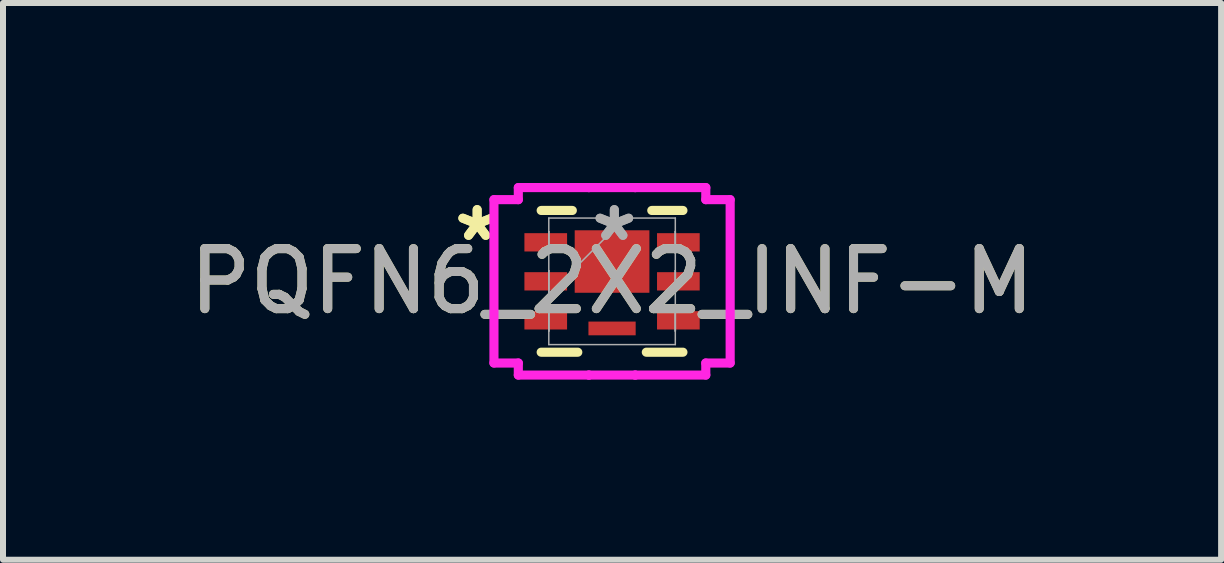
<source format=kicad_pcb>
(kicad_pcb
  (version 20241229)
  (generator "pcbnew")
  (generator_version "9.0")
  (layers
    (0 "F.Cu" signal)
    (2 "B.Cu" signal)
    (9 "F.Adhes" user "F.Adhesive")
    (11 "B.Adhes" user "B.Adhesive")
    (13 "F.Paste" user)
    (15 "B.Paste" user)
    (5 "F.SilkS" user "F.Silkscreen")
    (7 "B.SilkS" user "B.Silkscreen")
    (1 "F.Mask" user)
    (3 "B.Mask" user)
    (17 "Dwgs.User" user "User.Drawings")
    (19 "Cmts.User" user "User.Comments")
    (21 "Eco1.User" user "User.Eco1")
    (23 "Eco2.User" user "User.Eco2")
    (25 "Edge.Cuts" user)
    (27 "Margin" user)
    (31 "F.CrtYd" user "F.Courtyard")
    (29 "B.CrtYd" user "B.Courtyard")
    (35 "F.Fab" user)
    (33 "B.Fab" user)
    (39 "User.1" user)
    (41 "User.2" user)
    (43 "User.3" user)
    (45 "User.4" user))
  (footprint "PQFN6_2X2_INF-M"
    (layer "F.Cu")
    (at 7.149 1.638)
    (property "Reference" "PQFN6_2X2_INF-M" (at 0 0 0) (unlocked yes) (layer "F.SilkS") (effects (font (size 1 1) (thickness 0.15))))
    (attr smd)
    (fp_line (start -1.181 1.181) (end -0.571 1.181) (stroke (width 0.152) (type solid)) (layer "F.SilkS"))
    (fp_line (start -0.662 -1.181) (end -1.181 -1.181) (stroke (width 0.152) (type solid)) (layer "F.SilkS"))
    (fp_line (start 0.571 1.181) (end 1.181 1.181) (stroke (width 0.152) (type solid)) (layer "F.SilkS"))
    (fp_line (start 1.181 -1.181) (end 0.662 -1.181) (stroke (width 0.152) (type solid)) (layer "F.SilkS"))
    (fp_line (start -1.968 -1.361) (end -1.562 -1.361) (stroke (width 0.152) (type solid)) (layer "F.CrtYd"))
    (fp_line (start -1.968 1.361) (end -1.968 -1.361) (stroke (width 0.152) (type solid)) (layer "F.CrtYd"))
    (fp_line (start -1.562 -1.562) (end -0.386 -1.562) (stroke (width 0.152) (type solid)) (layer "F.CrtYd"))
    (fp_line (start -1.562 -1.361) (end -1.562 -1.562) (stroke (width 0.152) (type solid)) (layer "F.CrtYd"))
    (fp_line (start -1.562 1.361) (end -1.968 1.361) (stroke (width 0.152) (type solid)) (layer "F.CrtYd"))
    (fp_line (start -1.562 1.562) (end -1.562 1.361) (stroke (width 0.152) (type solid)) (layer "F.CrtYd"))
    (fp_line (start -0.386 -1.562) (end -0.386 -1.562) (stroke (width 0.152) (type solid)) (layer "F.CrtYd"))
    (fp_line (start -0.386 -1.562) (end 0.386 -1.562) (stroke (width 0.152) (type solid)) (layer "F.CrtYd"))
    (fp_line (start -0.386 1.562) (end -1.562 1.562) (stroke (width 0.152) (type solid)) (layer "F.CrtYd"))
    (fp_line (start -0.386 1.562) (end -0.386 1.562) (stroke (width 0.152) (type solid)) (layer "F.CrtYd"))
    (fp_line (start 0.386 -1.562) (end 0.386 -1.562) (stroke (width 0.152) (type solid)) (layer "F.CrtYd"))
    (fp_line (start 0.386 -1.562) (end 1.562 -1.562) (stroke (width 0.152) (type solid)) (layer "F.CrtYd"))
    (fp_line (start 0.386 1.562) (end -0.386 1.562) (stroke (width 0.152) (type solid)) (layer "F.CrtYd"))
    (fp_line (start 0.386 1.562) (end 0.386 1.562) (stroke (width 0.152) (type solid)) (layer "F.CrtYd"))
    (fp_line (start 1.562 -1.562) (end 1.562 -1.361) (stroke (width 0.152) (type solid)) (layer "F.CrtYd"))
    (fp_line (start 1.562 -1.361) (end 1.968 -1.361) (stroke (width 0.152) (type solid)) (layer "F.CrtYd"))
    (fp_line (start 1.562 1.361) (end 1.562 1.562) (stroke (width 0.152) (type solid)) (layer "F.CrtYd"))
    (fp_line (start 1.562 1.562) (end 0.386 1.562) (stroke (width 0.152) (type solid)) (layer "F.CrtYd"))
    (fp_line (start 1.968 -1.361) (end 1.968 1.361) (stroke (width 0.152) (type solid)) (layer "F.CrtYd"))
    (fp_line (start 1.968 1.361) (end 1.562 1.361) (stroke (width 0.152) (type solid)) (layer "F.CrtYd"))
    (fp_line (start -1.054 -1.054) (end -1.054 1.054) (stroke (width 0.025) (type solid)) (layer "F.Fab"))
    (fp_line (start -1.054 -0.828) (end -1.054 -0.828) (stroke (width 0.025) (type solid)) (layer "F.Fab"))
    (fp_line (start -1.054 -0.828) (end -1.054 -0.472) (stroke (width 0.025) (type solid)) (layer "F.Fab"))
    (fp_line (start -1.054 -0.472) (end -1.054 -0.828) (stroke (width 0.025) (type solid)) (layer "F.Fab"))
    (fp_line (start -1.054 -0.472) (end -1.054 -0.472) (stroke (width 0.025) (type solid)) (layer "F.Fab"))
    (fp_line (start -1.054 -0.178) (end -1.054 -0.178) (stroke (width 0.025) (type solid)) (layer "F.Fab"))
    (fp_line (start -1.054 -0.178) (end -1.054 0.178) (stroke (width 0.025) (type solid)) (layer "F.Fab"))
    (fp_line (start -1.054 0.178) (end -1.054 -0.178) (stroke (width 0.025) (type solid)) (layer "F.Fab"))
    (fp_line (start -1.054 0.178) (end -1.054 0.178) (stroke (width 0.025) (type solid)) (layer "F.Fab"))
    (fp_line (start -1.054 0.216) (end 0.216 -1.054) (stroke (width 0.025) (type solid)) (layer "F.Fab"))
    (fp_line (start -1.054 0.472) (end -1.054 0.472) (stroke (width 0.025) (type solid)) (layer "F.Fab"))
    (fp_line (start -1.054 0.472) (end -1.054 0.828) (stroke (width 0.025) (type solid)) (layer "F.Fab"))
    (fp_line (start -1.054 0.828) (end -1.054 0.472) (stroke (width 0.025) (type solid)) (layer "F.Fab"))
    (fp_line (start -1.054 0.828) (end -1.054 0.828) (stroke (width 0.025) (type solid)) (layer "F.Fab"))
    (fp_line (start -1.054 1.054) (end 1.054 1.054) (stroke (width 0.025) (type solid)) (layer "F.Fab"))
    (fp_line (start 1.054 -1.054) (end -1.054 -1.054) (stroke (width 0.025) (type solid)) (layer "F.Fab"))
    (fp_line (start 1.054 -0.828) (end 1.054 -0.828) (stroke (width 0.025) (type solid)) (layer "F.Fab"))
    (fp_line (start 1.054 -0.828) (end 1.054 -0.472) (stroke (width 0.025) (type solid)) (layer "F.Fab"))
    (fp_line (start 1.054 -0.472) (end 1.054 -0.828) (stroke (width 0.025) (type solid)) (layer "F.Fab"))
    (fp_line (start 1.054 -0.472) (end 1.054 -0.472) (stroke (width 0.025) (type solid)) (layer "F.Fab"))
    (fp_line (start 1.054 -0.178) (end 1.054 -0.178) (stroke (width 0.025) (type solid)) (layer "F.Fab"))
    (fp_line (start 1.054 -0.178) (end 1.054 0.178) (stroke (width 0.025) (type solid)) (layer "F.Fab"))
    (fp_line (start 1.054 0.178) (end 1.054 -0.178) (stroke (width 0.025) (type solid)) (layer "F.Fab"))
    (fp_line (start 1.054 0.178) (end 1.054 0.178) (stroke (width 0.025) (type solid)) (layer "F.Fab"))
    (fp_line (start 1.054 0.472) (end 1.054 0.472) (stroke (width 0.025) (type solid)) (layer "F.Fab"))
    (fp_line (start 1.054 0.472) (end 1.054 0.828) (stroke (width 0.025) (type solid)) (layer "F.Fab"))
    (fp_line (start 1.054 0.828) (end 1.054 0.472) (stroke (width 0.025) (type solid)) (layer "F.Fab"))
    (fp_line (start 1.054 0.828) (end 1.054 0.828) (stroke (width 0.025) (type solid)) (layer "F.Fab"))
    (fp_line (start 1.054 1.054) (end 1.054 -1.054) (stroke (width 0.025) (type solid)) (layer "F.Fab"))
    (fp_text user "*" (at -2.248 -0.65 0) (unlocked yes) (layer "F.SilkS") (effects (font (size 1 1) (thickness 0.15))))
    (fp_text user "*" (at -2.248 -0.65 0) (layer "F.SilkS") (effects (font (size 1 1) (thickness 0.15))))
    (fp_text user "*" (at 0.038 -0.65 0) (layer "F.Fab") (effects (font (size 1 1) (thickness 0.15))))
    (fp_text user "*" (at 0.038 -0.65 0) (unlocked yes) (layer "F.Fab") (effects (font (size 1 1) (thickness 0.15))))
    (fp_text user "${REFERENCE}" (at 0 0 0) (unlocked yes) (layer "F.Fab") (effects (font (size 1 1) (thickness 0.15))))
    (pad "1" smd rect (at -1.105 -0.65 90) (size 0.305 0.711) (layers "F.Cu" "F.Mask" "F.Paste"))
    (pad "2" smd rect (at -1.105 0 90) (size 0.305 0.711) (layers "F.Cu" "F.Mask" "F.Paste"))
    (pad "3" smd rect (at -1.105 0.65 90) (size 0.305 0.711) (layers "F.Cu" "F.Mask" "F.Paste"))
    (pad "4" smd rect (at 1.105 0.65 90) (size 0.305 0.711) (layers "F.Cu" "F.Mask" "F.Paste"))
    (pad "5" smd rect (at 1.105 0 90) (size 0.305 0.711) (layers "F.Cu" "F.Mask" "F.Paste"))
    (pad "6" smd rect (at 1.105 -0.65 90) (size 0.305 0.711) (layers "F.Cu" "F.Mask" "F.Paste"))
    (pad "7" smd rect (at 0 -0.33) (size 1.245 1.041) (layers "F.Cu" "F.Mask" "F.Paste"))
    (pad "8" smd rect (at 0 0.785) (size 0.787 0.229) (layers "F.Cu" "F.Mask" "F.Paste")))
  (gr_rect
    (start -3 -3)
    (end 17.298 6.277)
    (stroke (width 0.1) (type default))
    (fill no)
    (layer "Edge.Cuts")))
</source>
